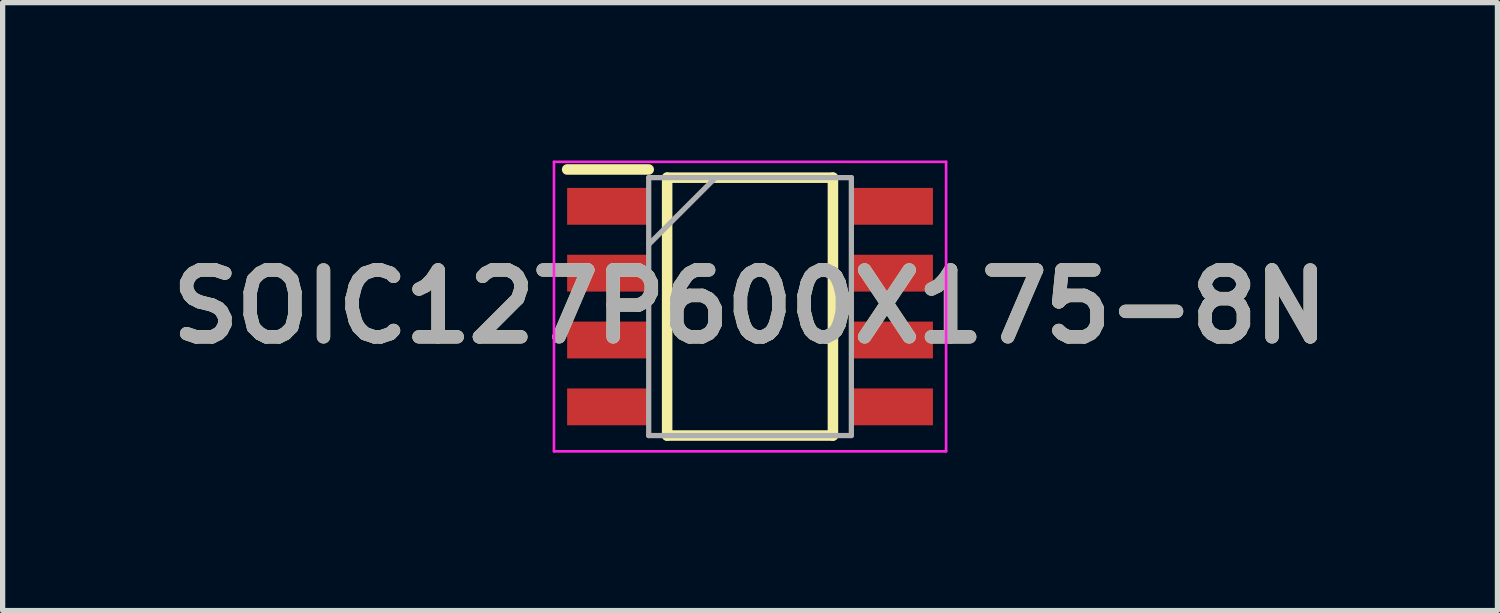
<source format=kicad_pcb>
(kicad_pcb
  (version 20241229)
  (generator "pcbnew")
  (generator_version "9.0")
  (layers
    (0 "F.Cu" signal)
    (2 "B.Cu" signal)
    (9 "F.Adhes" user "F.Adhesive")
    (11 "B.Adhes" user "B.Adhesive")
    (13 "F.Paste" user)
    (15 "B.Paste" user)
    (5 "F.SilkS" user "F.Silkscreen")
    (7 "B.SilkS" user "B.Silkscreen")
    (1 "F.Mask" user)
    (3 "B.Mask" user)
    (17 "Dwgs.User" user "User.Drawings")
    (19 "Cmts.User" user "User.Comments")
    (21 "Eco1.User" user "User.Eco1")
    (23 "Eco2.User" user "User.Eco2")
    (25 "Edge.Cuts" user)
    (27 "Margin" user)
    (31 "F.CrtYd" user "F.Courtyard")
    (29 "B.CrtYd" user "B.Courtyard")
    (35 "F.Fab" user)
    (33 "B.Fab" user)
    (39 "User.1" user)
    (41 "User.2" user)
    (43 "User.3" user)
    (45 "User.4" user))
  (footprint "SOIC127P600X175-8N"
    (layer "F.Cu")
    (at 11.2 2.775)
    (property "Reference" "SOIC127P600X175-8N" (at 0 0 0) (layer "F.SilkS") (effects (font (size 1.27 1.27) (thickness 0.254))))
    (attr smd)
    (fp_line (start -3.475 -2.605) (end -1.925 -2.605) (stroke (width 0.2) (type solid)) (layer "F.SilkS"))
    (fp_line (start -1.575 -2.45) (end 1.575 -2.45) (stroke (width 0.2) (type solid)) (layer "F.SilkS"))
    (fp_line (start -1.575 2.45) (end -1.575 -2.45) (stroke (width 0.2) (type solid)) (layer "F.SilkS"))
    (fp_line (start 1.575 -2.45) (end 1.575 2.45) (stroke (width 0.2) (type solid)) (layer "F.SilkS"))
    (fp_line (start 1.575 2.45) (end -1.575 2.45) (stroke (width 0.2) (type solid)) (layer "F.SilkS"))
    (fp_line (start -3.725 -2.75) (end 3.725 -2.75) (stroke (width 0.05) (type solid)) (layer "F.CrtYd"))
    (fp_line (start -3.725 2.75) (end -3.725 -2.75) (stroke (width 0.05) (type solid)) (layer "F.CrtYd"))
    (fp_line (start 3.725 -2.75) (end 3.725 2.75) (stroke (width 0.05) (type solid)) (layer "F.CrtYd"))
    (fp_line (start 3.725 2.75) (end -3.725 2.75) (stroke (width 0.05) (type solid)) (layer "F.CrtYd"))
    (fp_line (start -1.925 -2.45) (end 1.925 -2.45) (stroke (width 0.1) (type solid)) (layer "F.Fab"))
    (fp_line (start -1.925 -1.18) (end -0.655 -2.45) (stroke (width 0.1) (type solid)) (layer "F.Fab"))
    (fp_line (start -1.925 2.45) (end -1.925 -2.45) (stroke (width 0.1) (type solid)) (layer "F.Fab"))
    (fp_line (start 1.925 -2.45) (end 1.925 2.45) (stroke (width 0.1) (type solid)) (layer "F.Fab"))
    (fp_line (start 1.925 2.45) (end -1.925 2.45) (stroke (width 0.1) (type solid)) (layer "F.Fab"))
    (fp_text user "${REFERENCE}" (at 0 0 0) (layer "F.Fab") (effects (font (size 1.27 1.27) (thickness 0.254))))
    (pad "1" smd rect (at -2.7 -1.905 90) (size 0.7 1.55) (layers "F.Cu" "F.Mask" "F.Paste"))
    (pad "2" smd rect (at -2.7 -0.635 90) (size 0.7 1.55) (layers "F.Cu" "F.Mask" "F.Paste"))
    (pad "3" smd rect (at -2.7 0.635 90) (size 0.7 1.55) (layers "F.Cu" "F.Mask" "F.Paste"))
    (pad "4" smd rect (at -2.7 1.905 90) (size 0.7 1.55) (layers "F.Cu" "F.Mask" "F.Paste"))
    (pad "5" smd rect (at 2.7 1.905 90) (size 0.7 1.55) (layers "F.Cu" "F.Mask" "F.Paste"))
    (pad "6" smd rect (at 2.7 0.635 90) (size 0.7 1.55) (layers "F.Cu" "F.Mask" "F.Paste"))
    (pad "7" smd rect (at 2.7 -0.635 90) (size 0.7 1.55) (layers "F.Cu" "F.Mask" "F.Paste"))
    (pad "8" smd rect (at 2.7 -1.905 90) (size 0.7 1.55) (layers "F.Cu" "F.Mask" "F.Paste")))
  (gr_rect
    (start -3 -3)
    (end 25.4 8.55)
    (stroke (width 0.1) (type default))
    (fill no)
    (layer "Edge.Cuts")))
</source>
